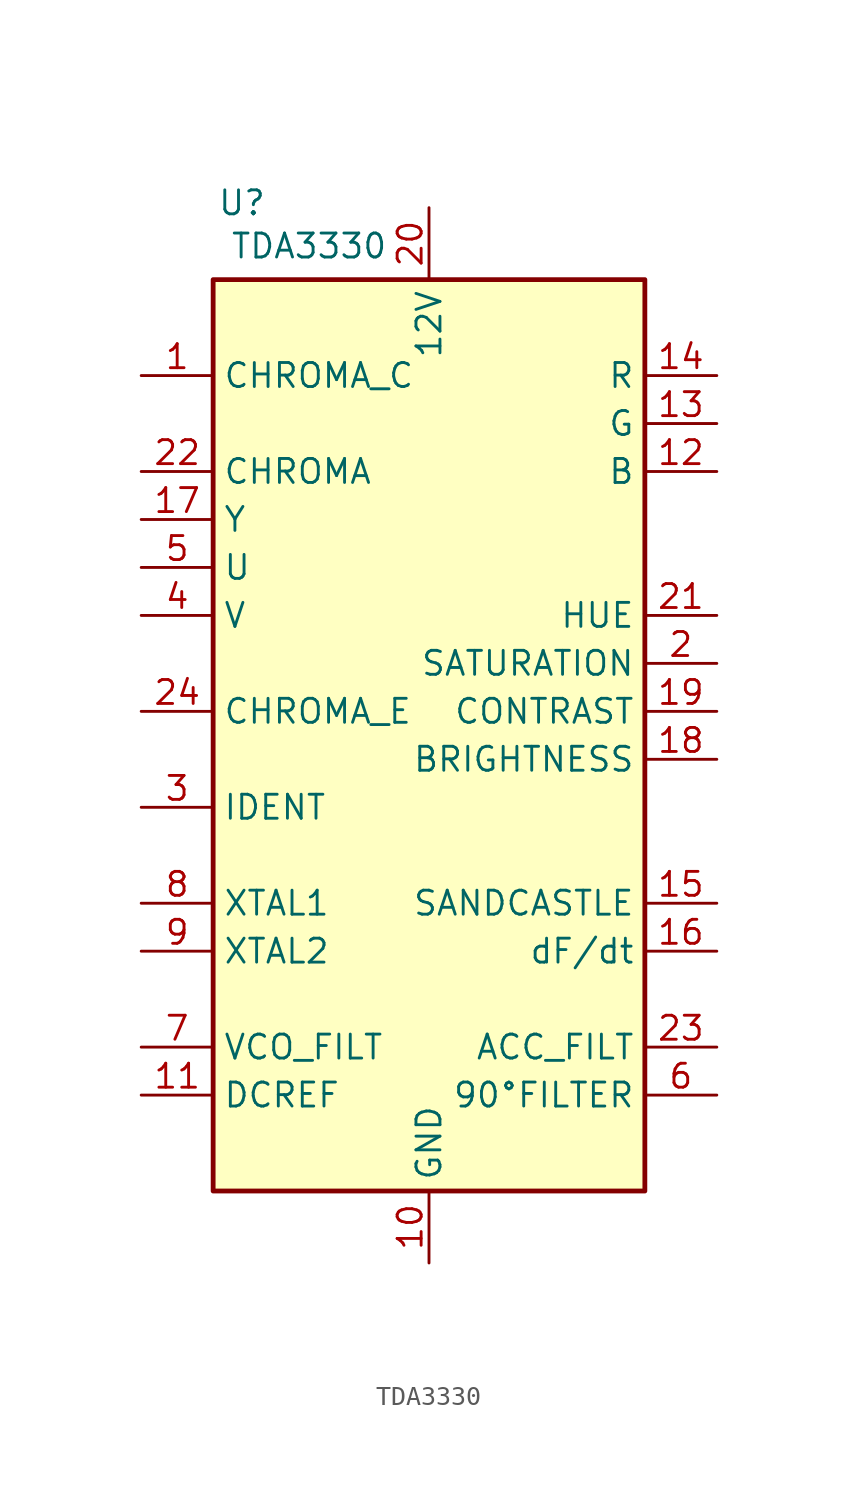
<source format=kicad_sym>
(kicad_symbol_lib
  (version 20231120)
  (generator "kicad_symbol_editor")
  (generator_version "8.0")
  (symbol "TDA3330"
    (property "Reference" "U"
      (at -9.906 28.194 0)
      (effects (font (size 1.27 1.27))))
    (property "Value" "TDA3330"
      (at -6.35 25.908 0)
      (effects (font (size 1.27 1.27))))
    (symbol "TDA3330_0_1"
      (rectangle (start -11.43 24.13) (end 11.43 -24.13) (stroke (width 0.254) (type default)) (fill (type background))))
    (symbol "TDA3330_1_0"
      (pin passive line (at -15.24 19.05 0) (length 3.81) (name "CHROMA_C" (effects (font (size 1.27 1.27)))) (number "1" (effects (font (size 1.27 1.27)))))
      (pin power_in line (at 0 -27.94 90) (length 3.81) (name "GND" (effects (font (size 1.27 1.27)))) (number "10" (effects (font (size 1.27 1.27)))))
      (pin output line (at -15.24 -19.05 0) (length 3.81) (name "DCREF" (effects (font (size 1.27 1.27)))) (number "11" (effects (font (size 1.27 1.27)))))
      (pin output line (at 15.24 13.97 180) (length 3.81) (name "B" (effects (font (size 1.27 1.27)))) (number "12" (effects (font (size 1.27 1.27)))))
      (pin output line (at 15.24 16.51 180) (length 3.81) (name "G" (effects (font (size 1.27 1.27)))) (number "13" (effects (font (size 1.27 1.27)))))
      (pin output line (at 15.24 19.05 180) (length 3.81) (name "R" (effects (font (size 1.27 1.27)))) (number "14" (effects (font (size 1.27 1.27)))))
      (pin input line (at 15.24 -8.89 180) (length 3.81) (name "SANDCASTLE" (effects (font (size 1.27 1.27)))) (number "15" (effects (font (size 1.27 1.27)))))
      (pin input line (at 15.24 -11.43 180) (length 3.81) (name "dF/dt" (effects (font (size 1.27 1.27)))) (number "16" (effects (font (size 1.27 1.27)))))
      (pin input line (at -15.24 11.43 0) (length 3.81) (name "Y" (effects (font (size 1.27 1.27)))) (number "17" (effects (font (size 1.27 1.27)))))
      (pin input line (at 15.24 -1.27 180) (length 3.81) (name "BRIGHTNESS" (effects (font (size 1.27 1.27)))) (number "18" (effects (font (size 1.27 1.27)))))
      (pin input line (at 15.24 1.27 180) (length 3.81) (name "CONTRAST" (effects (font (size 1.27 1.27)))) (number "19" (effects (font (size 1.27 1.27)))))
      (pin input line (at 15.24 3.81 180) (length 3.81) (name "SATURATION" (effects (font (size 1.27 1.27)))) (number "2" (effects (font (size 1.27 1.27)))))
      (pin power_in line (at 0 27.94 270) (length 3.81) (name "12V" (effects (font (size 1.27 1.27)))) (number "20" (effects (font (size 1.27 1.27)))))
      (pin input line (at 15.24 6.35 180) (length 3.81) (name "HUE" (effects (font (size 1.27 1.27)))) (number "21" (effects (font (size 1.27 1.27)))))
      (pin input line (at -15.24 13.97 0) (length 3.81) (name "CHROMA" (effects (font (size 1.27 1.27)))) (number "22" (effects (font (size 1.27 1.27)))))
      (pin passive line (at 15.24 -16.51 180) (length 3.81) (name "ACC_FILT" (effects (font (size 1.27 1.27)))) (number "23" (effects (font (size 1.27 1.27)))))
      (pin passive line (at -15.24 1.27 0) (length 3.81) (name "CHROMA_E" (effects (font (size 1.27 1.27)))) (number "24" (effects (font (size 1.27 1.27)))))
      (pin input line (at -15.24 -3.81 0) (length 3.81) (name "IDENT" (effects (font (size 1.27 1.27)))) (number "3" (effects (font (size 1.27 1.27)))))
      (pin input line (at -15.24 6.35 0) (length 3.81) (name "V" (effects (font (size 1.27 1.27)))) (number "4" (effects (font (size 1.27 1.27)))))
      (pin input line (at -15.24 8.89 0) (length 3.81) (name "U" (effects (font (size 1.27 1.27)))) (number "5" (effects (font (size 1.27 1.27)))))
      (pin passive line (at 15.24 -19.05 180) (length 3.81) (name "90°FILTER" (effects (font (size 1.27 1.27)))) (number "6" (effects (font (size 1.27 1.27)))))
      (pin input line (at -15.24 -16.51 0) (length 3.81) (name "VCO_FILT" (effects (font (size 1.27 1.27)))) (number "7" (effects (font (size 1.27 1.27)))))
      (pin output line (at -15.24 -8.89 0) (length 3.81) (name "XTAL1" (effects (font (size 1.27 1.27)))) (number "8" (effects (font (size 1.27 1.27)))))
      (pin input line (at -15.24 -11.43 0) (length 3.81) (name "XTAL2" (effects (font (size 1.27 1.27)))) (number "9" (effects (font (size 1.27 1.27))))))))
</source>
